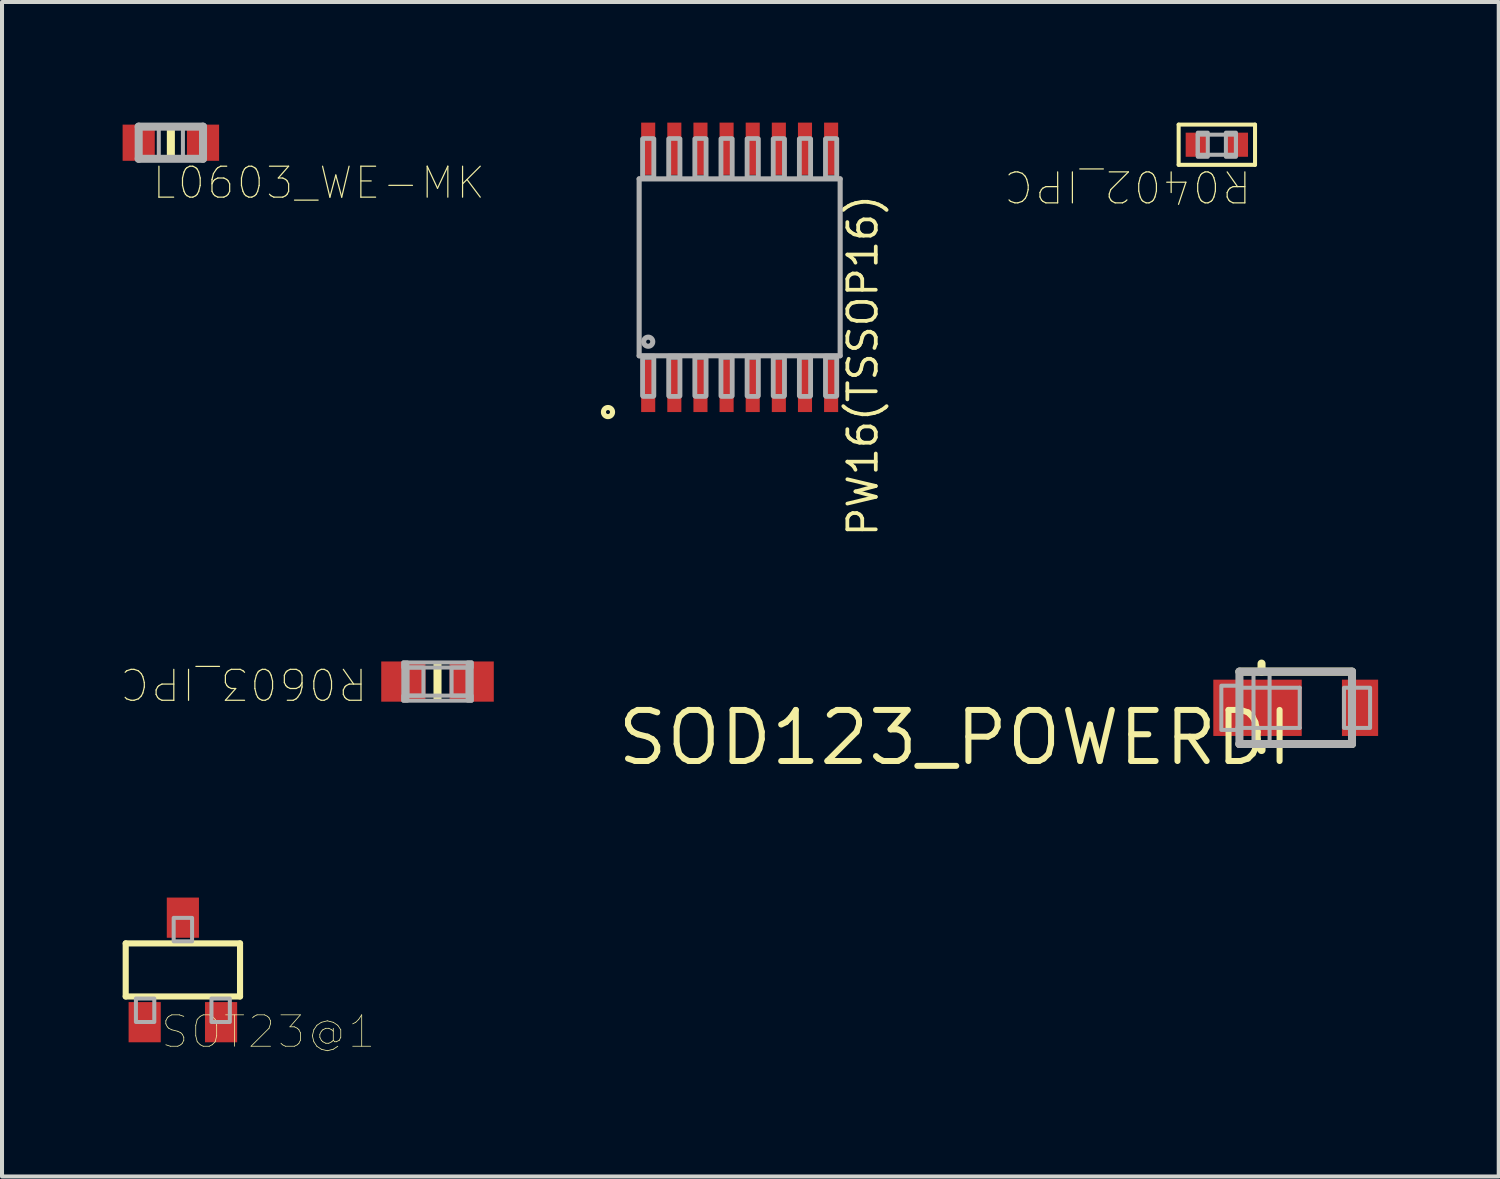
<source format=kicad_pcb>
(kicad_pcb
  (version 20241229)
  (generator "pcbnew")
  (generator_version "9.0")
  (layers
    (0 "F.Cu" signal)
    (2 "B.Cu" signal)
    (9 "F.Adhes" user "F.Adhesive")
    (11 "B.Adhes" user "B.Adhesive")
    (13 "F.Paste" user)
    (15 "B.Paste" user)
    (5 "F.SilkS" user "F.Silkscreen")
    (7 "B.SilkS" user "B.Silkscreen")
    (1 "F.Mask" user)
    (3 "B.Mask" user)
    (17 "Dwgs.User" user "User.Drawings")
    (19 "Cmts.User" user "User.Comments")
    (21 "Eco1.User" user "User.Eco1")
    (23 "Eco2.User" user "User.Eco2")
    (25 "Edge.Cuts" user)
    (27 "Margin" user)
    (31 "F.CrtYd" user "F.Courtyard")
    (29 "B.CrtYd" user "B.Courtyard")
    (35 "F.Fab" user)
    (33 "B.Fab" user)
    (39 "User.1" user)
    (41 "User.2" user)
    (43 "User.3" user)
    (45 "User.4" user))
  (footprint "L0603_WE-MK"
    (layer "F.Cu")
    (at 1.2 0.5)
    (property "Reference" "L0603_WE-MK" (at -0.5 1.45 0) (unlocked yes) (layer "F.SilkS") (effects (font (size 0.77 0.77) (thickness 0.03)) (justify left bottom)))
    (fp_poly (pts (xy -0.1 0.45) (xy 0.1 0.45) (xy 0.1 -0.45) (xy -0.1 -0.45)) (stroke (width 0) (type default)) (fill yes) (layer "F.SilkS"))
    (fp_line (start -0.8 -0.4) (end 0.8 -0.4) (stroke (width 0.2) (type solid)) (layer "F.Fab"))
    (fp_line (start -0.8 0.4) (end -0.8 -0.4) (stroke (width 0.2) (type solid)) (layer "F.Fab"))
    (fp_line (start 0.8 -0.4) (end 0.8 0.4) (stroke (width 0.2) (type solid)) (layer "F.Fab"))
    (fp_line (start 0.8 0.4) (end -0.8 0.4) (stroke (width 0.2) (type solid)) (layer "F.Fab"))
    (fp_poly (pts (xy -0.8 0.4) (xy -0.3 0.4) (xy -0.3 -0.4) (xy -0.8 -0.4)) (stroke (width 0.1) (type default)) (fill no) (layer "F.Fab"))
    (fp_poly (pts (xy 0.3 0.4) (xy 0.8 0.4) (xy 0.8 -0.4) (xy 0.3 -0.4)) (stroke (width 0.1) (type default)) (fill no) (layer "F.Fab"))
    (pad "1" smd rect (at -0.8 0 90) (size 0.9 0.8) (layers "F.Cu" "F.Mask" "F.Paste"))
    (pad "2" smd rect (at 0.8 0 90) (size 0.9 0.8) (layers "F.Cu" "F.Mask" "F.Paste")))
  (footprint "R0402_IPC"
    (layer "F.Cu")
    (at 27.219 0.55)
    (property "Reference" "R0402_IPC" (at 0.9 0.58 180) (unlocked yes) (layer "F.SilkS") (effects (font (size 0.77 0.77) (thickness 0.03)) (justify left bottom)))
    (fp_line (start -0.95 -0.5) (end 0.95 -0.5) (stroke (width 0.1) (type solid)) (layer "F.SilkS"))
    (fp_line (start -0.95 0.5) (end -0.95 -0.5) (stroke (width 0.1) (type solid)) (layer "F.SilkS"))
    (fp_line (start 0.95 -0.5) (end 0.95 0.5) (stroke (width 0.1) (type solid)) (layer "F.SilkS"))
    (fp_line (start 0.95 0.5) (end -0.95 0.5) (stroke (width 0.1) (type solid)) (layer "F.SilkS"))
    (fp_line (start -0.475 -0.25) (end -0.475 0.25) (stroke (width 0.1) (type solid)) (layer "F.Fab"))
    (fp_line (start -0.475 0.25) (end 0.475 0.25) (stroke (width 0.1) (type solid)) (layer "F.Fab"))
    (fp_line (start 0.475 -0.25) (end -0.475 -0.25) (stroke (width 0.1) (type solid)) (layer "F.Fab"))
    (fp_line (start 0.475 0.25) (end 0.475 -0.25) (stroke (width 0.1) (type solid)) (layer "F.Fab"))
    (fp_poly (pts (xy -0.475 0.3) (xy -0.225 0.3) (xy -0.225 -0.3) (xy -0.475 -0.3)) (stroke (width 0.1) (type default)) (fill no) (layer "F.Fab"))
    (fp_poly (pts (xy 0.225 0.3) (xy 0.475 0.3) (xy 0.475 -0.3) (xy 0.225 -0.3)) (stroke (width 0.1) (type default)) (fill no) (layer "F.Fab"))
    (pad "1" smd rect (at -0.5 0) (size 0.55 0.6) (layers "F.Cu" "F.Mask" "F.Paste"))
    (pad "2" smd rect (at 0.5 0) (size 0.55 0.6) (layers "F.Cu" "F.Mask" "F.Paste")))
  (footprint "R0603_IPC"
    (layer "F.Cu")
    (at 7.833 13.904)
    (property "Reference" "R0603_IPC" (at -1.7 -0.4 180) (unlocked yes) (layer "F.SilkS") (effects (font (size 0.77 0.77) (thickness 0.03)) (justify left bottom)))
    (fp_poly (pts (xy -0.1 0.5) (xy 0.1 0.5) (xy 0.1 -0.5) (xy -0.1 -0.5)) (stroke (width 0) (type default)) (fill yes) (layer "F.SilkS"))
    (fp_poly (pts (xy -0.85 -0.35) (xy 0.85 -0.35) (xy 0.85 -0.475) (xy -0.85 -0.475)) (stroke (width 0.1) (type default)) (fill no) (layer "F.Fab"))
    (fp_poly (pts (xy -0.85 0.475) (xy -0.75 0.475) (xy -0.75 -0.475) (xy -0.85 -0.475)) (stroke (width 0.1) (type default)) (fill no) (layer "F.Fab"))
    (fp_poly (pts (xy -0.85 0.475) (xy 0.85 0.475) (xy 0.85 0.35) (xy -0.85 0.35)) (stroke (width 0.1) (type default)) (fill no) (layer "F.Fab"))
    (fp_poly (pts (xy -0.75 0.35) (xy -0.35 0.35) (xy -0.35 -0.35) (xy -0.75 -0.35)) (stroke (width 0.1) (type default)) (fill no) (layer "F.Fab"))
    (fp_poly (pts (xy 0.35 0.35) (xy 0.75 0.35) (xy 0.75 -0.35) (xy 0.35 -0.35)) (stroke (width 0.1) (type default)) (fill no) (layer "F.Fab"))
    (fp_poly (pts (xy 0.75 0.475) (xy 0.85 0.475) (xy 0.85 -0.475) (xy 0.75 -0.475)) (stroke (width 0.1) (type default)) (fill no) (layer "F.Fab"))
    (pad "1" smd rect (at -0.85 0) (size 1.1 1) (layers "F.Cu" "F.Mask" "F.Paste"))
    (pad "2" smd rect (at 0.85 0) (size 1.1 1) (layers "F.Cu" "F.Mask" "F.Paste")))
  (footprint "SOT23@1"
    (layer "F.Cu")
    (at 1.499 21.077)
    (property "Reference" "SOT23@1" (at -0.585 1.995 0) (unlocked yes) (layer "F.SilkS") (effects (font (size 0.781 0.781) (thickness 0.019)) (justify left bottom)))
    (fp_line (start -1.422 -0.66) (end 1.422 -0.66) (stroke (width 0.152) (type solid)) (layer "F.SilkS"))
    (fp_line (start -1.422 0.66) (end -1.422 -0.66) (stroke (width 0.152) (type solid)) (layer "F.SilkS"))
    (fp_line (start 1.422 -0.66) (end 1.422 0.66) (stroke (width 0.152) (type solid)) (layer "F.SilkS"))
    (fp_line (start 1.422 0.66) (end -1.422 0.66) (stroke (width 0.152) (type solid)) (layer "F.SilkS"))
    (fp_poly (pts (xy -1.168 1.295) (xy -0.711 1.295) (xy -0.711 0.711) (xy -1.168 0.711)) (stroke (width 0.1) (type default)) (fill no) (layer "F.Fab"))
    (fp_poly (pts (xy -0.229 -0.711) (xy 0.229 -0.711) (xy 0.229 -1.295) (xy -0.229 -1.295)) (stroke (width 0.1) (type default)) (fill no) (layer "F.Fab"))
    (fp_poly (pts (xy 0.711 1.295) (xy 1.168 1.295) (xy 1.168 0.711) (xy 0.711 0.711)) (stroke (width 0.1) (type default)) (fill no) (layer "F.Fab"))
    (pad "1" smd rect (at -0.95 1.3) (size 0.8 1) (layers "F.Cu" "F.Mask" "F.Paste"))
    (pad "2" smd rect (at 0.95 1.3) (size 0.8 1) (layers "F.Cu" "F.Mask" "F.Paste"))
    (pad "3" smd rect (at 0 -1.3) (size 0.8 1) (layers "F.Cu" "F.Mask" "F.Paste")))
  (footprint "PW16(TSSOP16)"
    (layer "F.Cu")
    (at 15.349 3.6)
    (property "Reference" "PW16(TSSOP16)" (at 2.65 -1.86 90) (unlocked yes) (layer "F.SilkS") (effects (font (size 0.707 0.707) (thickness 0.093)) (justify right top)))
    (fp_circle (center -3.275 3.6) (end -3.225 3.6) (stroke (width 0.127) (type solid)) (fill no) (layer "F.SilkS"))
    (fp_line (start -2.5 -2.2) (end 2.5 -2.2) (stroke (width 0.127) (type solid)) (layer "F.Fab"))
    (fp_line (start -2.5 2.2) (end -2.5 -2.2) (stroke (width 0.127) (type solid)) (layer "F.Fab"))
    (fp_line (start 2.5 -2.2) (end 2.5 2.2) (stroke (width 0.127) (type solid)) (layer "F.Fab"))
    (fp_line (start 2.5 2.2) (end -2.5 2.2) (stroke (width 0.127) (type solid)) (layer "F.Fab"))
    (fp_circle (center -2.275 1.85) (end -2.225 1.85) (stroke (width 0.127) (type solid)) (fill no) (layer "F.Fab"))
    (fp_poly (pts (xy -2.425 -2.2) (xy -2.125 -2.2) (xy -2.125 -3.2) (xy -2.425 -3.2)) (stroke (width 0.1) (type default)) (fill no) (layer "F.Fab"))
    (fp_poly (pts (xy -2.425 3.2) (xy -2.125 3.2) (xy -2.125 2.2) (xy -2.425 2.2)) (stroke (width 0.1) (type default)) (fill no) (layer "F.Fab"))
    (fp_poly (pts (xy -2.405 -2.24) (xy -2.145 -2.24) (xy -2.145 -3.21) (xy -2.405 -3.21)) (stroke (width 0.1) (type default)) (fill no) (layer "F.Fab"))
    (fp_poly (pts (xy -2.405 3.22) (xy -2.145 3.22) (xy -2.145 2.25) (xy -2.405 2.25)) (stroke (width 0.1) (type default)) (fill no) (layer "F.Fab"))
    (fp_poly (pts (xy -1.775 -2.2) (xy -1.475 -2.2) (xy -1.475 -3.2) (xy -1.775 -3.2)) (stroke (width 0.1) (type default)) (fill no) (layer "F.Fab"))
    (fp_poly (pts (xy -1.775 3.2) (xy -1.475 3.2) (xy -1.475 2.2) (xy -1.775 2.2)) (stroke (width 0.1) (type default)) (fill no) (layer "F.Fab"))
    (fp_poly (pts (xy -1.755 -2.24) (xy -1.495 -2.24) (xy -1.495 -3.21) (xy -1.755 -3.21)) (stroke (width 0.1) (type default)) (fill no) (layer "F.Fab"))
    (fp_poly (pts (xy -1.755 3.22) (xy -1.495 3.22) (xy -1.495 2.25) (xy -1.755 2.25)) (stroke (width 0.1) (type default)) (fill no) (layer "F.Fab"))
    (fp_poly (pts (xy -1.125 -2.2) (xy -0.825 -2.2) (xy -0.825 -3.2) (xy -1.125 -3.2)) (stroke (width 0.1) (type default)) (fill no) (layer "F.Fab"))
    (fp_poly (pts (xy -1.125 3.2) (xy -0.825 3.2) (xy -0.825 2.2) (xy -1.125 2.2)) (stroke (width 0.1) (type default)) (fill no) (layer "F.Fab"))
    (fp_poly (pts (xy -1.105 -2.24) (xy -0.845 -2.24) (xy -0.845 -3.21) (xy -1.105 -3.21)) (stroke (width 0.1) (type default)) (fill no) (layer "F.Fab"))
    (fp_poly (pts (xy -1.105 3.22) (xy -0.845 3.22) (xy -0.845 2.25) (xy -1.105 2.25)) (stroke (width 0.1) (type default)) (fill no) (layer "F.Fab"))
    (fp_poly (pts (xy -0.475 -2.2) (xy -0.175 -2.2) (xy -0.175 -3.2) (xy -0.475 -3.2)) (stroke (width 0.1) (type default)) (fill no) (layer "F.Fab"))
    (fp_poly (pts (xy -0.475 3.2) (xy -0.175 3.2) (xy -0.175 2.2) (xy -0.475 2.2)) (stroke (width 0.1) (type default)) (fill no) (layer "F.Fab"))
    (fp_poly (pts (xy -0.455 -2.24) (xy -0.195 -2.24) (xy -0.195 -3.21) (xy -0.455 -3.21)) (stroke (width 0.1) (type default)) (fill no) (layer "F.Fab"))
    (fp_poly (pts (xy -0.455 3.22) (xy -0.195 3.22) (xy -0.195 2.25) (xy -0.455 2.25)) (stroke (width 0.1) (type default)) (fill no) (layer "F.Fab"))
    (fp_poly (pts (xy 0.175 -2.2) (xy 0.475 -2.2) (xy 0.475 -3.2) (xy 0.175 -3.2)) (stroke (width 0.1) (type default)) (fill no) (layer "F.Fab"))
    (fp_poly (pts (xy 0.175 3.2) (xy 0.475 3.2) (xy 0.475 2.2) (xy 0.175 2.2)) (stroke (width 0.1) (type default)) (fill no) (layer "F.Fab"))
    (fp_poly (pts (xy 0.195 -2.24) (xy 0.455 -2.24) (xy 0.455 -3.21) (xy 0.195 -3.21)) (stroke (width 0.1) (type default)) (fill no) (layer "F.Fab"))
    (fp_poly (pts (xy 0.195 3.22) (xy 0.455 3.22) (xy 0.455 2.25) (xy 0.195 2.25)) (stroke (width 0.1) (type default)) (fill no) (layer "F.Fab"))
    (fp_poly (pts (xy 0.825 -2.2) (xy 1.125 -2.2) (xy 1.125 -3.2) (xy 0.825 -3.2)) (stroke (width 0.1) (type default)) (fill no) (layer "F.Fab"))
    (fp_poly (pts (xy 0.825 3.2) (xy 1.125 3.2) (xy 1.125 2.2) (xy 0.825 2.2)) (stroke (width 0.1) (type default)) (fill no) (layer "F.Fab"))
    (fp_poly (pts (xy 0.845 -2.24) (xy 1.105 -2.24) (xy 1.105 -3.21) (xy 0.845 -3.21)) (stroke (width 0.1) (type default)) (fill no) (layer "F.Fab"))
    (fp_poly (pts (xy 0.845 3.22) (xy 1.105 3.22) (xy 1.105 2.25) (xy 0.845 2.25)) (stroke (width 0.1) (type default)) (fill no) (layer "F.Fab"))
    (fp_poly (pts (xy 1.475 -2.2) (xy 1.775 -2.2) (xy 1.775 -3.2) (xy 1.475 -3.2)) (stroke (width 0.1) (type default)) (fill no) (layer "F.Fab"))
    (fp_poly (pts (xy 1.475 3.2) (xy 1.775 3.2) (xy 1.775 2.2) (xy 1.475 2.2)) (stroke (width 0.1) (type default)) (fill no) (layer "F.Fab"))
    (fp_poly (pts (xy 1.495 -2.24) (xy 1.755 -2.24) (xy 1.755 -3.21) (xy 1.495 -3.21)) (stroke (width 0.1) (type default)) (fill no) (layer "F.Fab"))
    (fp_poly (pts (xy 1.495 3.22) (xy 1.755 3.22) (xy 1.755 2.25) (xy 1.495 2.25)) (stroke (width 0.1) (type default)) (fill no) (layer "F.Fab"))
    (fp_poly (pts (xy 2.125 -2.2) (xy 2.425 -2.2) (xy 2.425 -3.2) (xy 2.125 -3.2)) (stroke (width 0.1) (type default)) (fill no) (layer "F.Fab"))
    (fp_poly (pts (xy 2.125 3.2) (xy 2.425 3.2) (xy 2.425 2.2) (xy 2.125 2.2)) (stroke (width 0.1) (type default)) (fill no) (layer "F.Fab"))
    (fp_poly (pts (xy 2.145 -2.24) (xy 2.405 -2.24) (xy 2.405 -3.21) (xy 2.145 -3.21)) (stroke (width 0.1) (type default)) (fill no) (layer "F.Fab"))
    (fp_poly (pts (xy 2.145 3.22) (xy 2.405 3.22) (xy 2.405 2.25) (xy 2.145 2.25)) (stroke (width 0.1) (type default)) (fill no) (layer "F.Fab"))
    (pad "1" smd rect (at -2.275 2.95) (size 0.35 1.3) (layers "F.Cu" "F.Mask" "F.Paste"))
    (pad "2" smd rect (at -1.625 2.95) (size 0.35 1.3) (layers "F.Cu" "F.Mask" "F.Paste"))
    (pad "3" smd rect (at -0.975 2.95) (size 0.35 1.3) (layers "F.Cu" "F.Mask" "F.Paste"))
    (pad "4" smd rect (at -0.325 2.95) (size 0.35 1.3) (layers "F.Cu" "F.Mask" "F.Paste"))
    (pad "5" smd rect (at 0.325 2.95) (size 0.35 1.3) (layers "F.Cu" "F.Mask" "F.Paste"))
    (pad "6" smd rect (at 0.975 2.95) (size 0.35 1.3) (layers "F.Cu" "F.Mask" "F.Paste"))
    (pad "7" smd rect (at 1.625 2.95) (size 0.35 1.3) (layers "F.Cu" "F.Mask" "F.Paste"))
    (pad "8" smd rect (at 2.275 2.95) (size 0.35 1.3) (layers "F.Cu" "F.Mask" "F.Paste"))
    (pad "9" smd rect (at 2.275 -2.95) (size 0.35 1.3) (layers "F.Cu" "F.Mask" "F.Paste"))
    (pad "10" smd rect (at 1.625 -2.95) (size 0.35 1.3) (layers "F.Cu" "F.Mask" "F.Paste"))
    (pad "11" smd rect (at 0.975 -2.95) (size 0.35 1.3) (layers "F.Cu" "F.Mask" "F.Paste"))
    (pad "12" smd rect (at 0.325 -2.95) (size 0.35 1.3) (layers "F.Cu" "F.Mask" "F.Paste"))
    (pad "13" smd rect (at -0.325 -2.95) (size 0.35 1.3) (layers "F.Cu" "F.Mask" "F.Paste"))
    (pad "14" smd rect (at -0.975 -2.95) (size 0.35 1.3) (layers "F.Cu" "F.Mask" "F.Paste"))
    (pad "15" smd rect (at -1.625 -2.95) (size 0.35 1.3) (layers "F.Cu" "F.Mask" "F.Paste"))
    (pad "16" smd rect (at -2.275 -2.95) (size 0.35 1.3) (layers "F.Cu" "F.Mask" "F.Paste")))
  (footprint "SOD123_POWERDI"
    (layer "F.Cu")
    (at 29.181 14.557)
    (property "Reference" "SOD123_POWERDI" (at 0 0 0) (unlocked yes) (layer "F.SilkS") (effects (font (size 1.27 1.27) (thickness 0.15)) (justify right top)))
    (fp_line (start -1.4 -0.9) (end -0.85 -0.9) (stroke (width 0.2) (type solid)) (layer "F.SilkS"))
    (fp_line (start -1.4 0.9) (end -0.85 0.9) (stroke (width 0.2) (type solid)) (layer "F.SilkS"))
    (fp_line (start -0.85 -1.1) (end -0.85 -0.9) (stroke (width 0.2) (type solid)) (layer "F.SilkS"))
    (fp_line (start -0.85 -0.9) (end 1.4 -0.9) (stroke (width 0.2) (type solid)) (layer "F.SilkS"))
    (fp_line (start -0.85 0.9) (end -0.85 1.05) (stroke (width 0.2) (type solid)) (layer "F.SilkS"))
    (fp_line (start -0.85 0.9) (end 1.4 0.9) (stroke (width 0.2) (type solid)) (layer "F.SilkS"))
    (fp_line (start -1.4 -0.9) (end -1.4 0.5) (stroke (width 0.2) (type solid)) (layer "F.Fab"))
    (fp_line (start -1.4 0.5) (end -1.4 0.9) (stroke (width 0.2) (type solid)) (layer "F.Fab"))
    (fp_line (start -1.4 0.9) (end 1.4 0.9) (stroke (width 0.2) (type solid)) (layer "F.Fab"))
    (fp_line (start -1.35 -0.5) (end 0.1 -0.5) (stroke (width 0.1) (type solid)) (layer "F.Fab"))
    (fp_line (start 0.1 -0.5) (end 0.1 0.5) (stroke (width 0.1) (type solid)) (layer "F.Fab"))
    (fp_line (start 0.1 0.5) (end -1.4 0.5) (stroke (width 0.1) (type solid)) (layer "F.Fab"))
    (fp_line (start 1.4 -0.9) (end -1.4 -0.9) (stroke (width 0.2) (type solid)) (layer "F.Fab"))
    (fp_line (start 1.4 0.9) (end 1.4 -0.9) (stroke (width 0.2) (type solid)) (layer "F.Fab"))
    (fp_poly (pts (xy -1.85 0.55) (xy -1.4 0.55) (xy -1.4 -0.55) (xy -1.85 -0.55)) (stroke (width 0.1) (type default)) (fill no) (layer "F.Fab"))
    (fp_poly (pts (xy -1.05 0.95) (xy -0.65 0.95) (xy -0.65 -0.9) (xy -1.05 -0.9)) (stroke (width 0.1) (type default)) (fill no) (layer "F.Fab"))
    (fp_poly (pts (xy 1.2 0.5) (xy 1.85 0.5) (xy 1.85 -0.5) (xy 1.2 -0.5)) (stroke (width 0.1) (type default)) (fill no) (layer "F.Fab"))
    (pad "A" smd rect (at 1.6 0) (size 0.9 1.4) (layers "F.Cu" "F.Mask" "F.Paste"))
    (pad "K" smd rect (at -0.95 0) (size 2.2 1.4) (layers "F.Cu" "F.Mask" "F.Paste")))
  (gr_rect
    (start -3 -3)
    (end 34.231 26.215)
    (stroke (width 0.1) (type default))
    (fill no)
    (layer "Edge.Cuts")))
</source>
